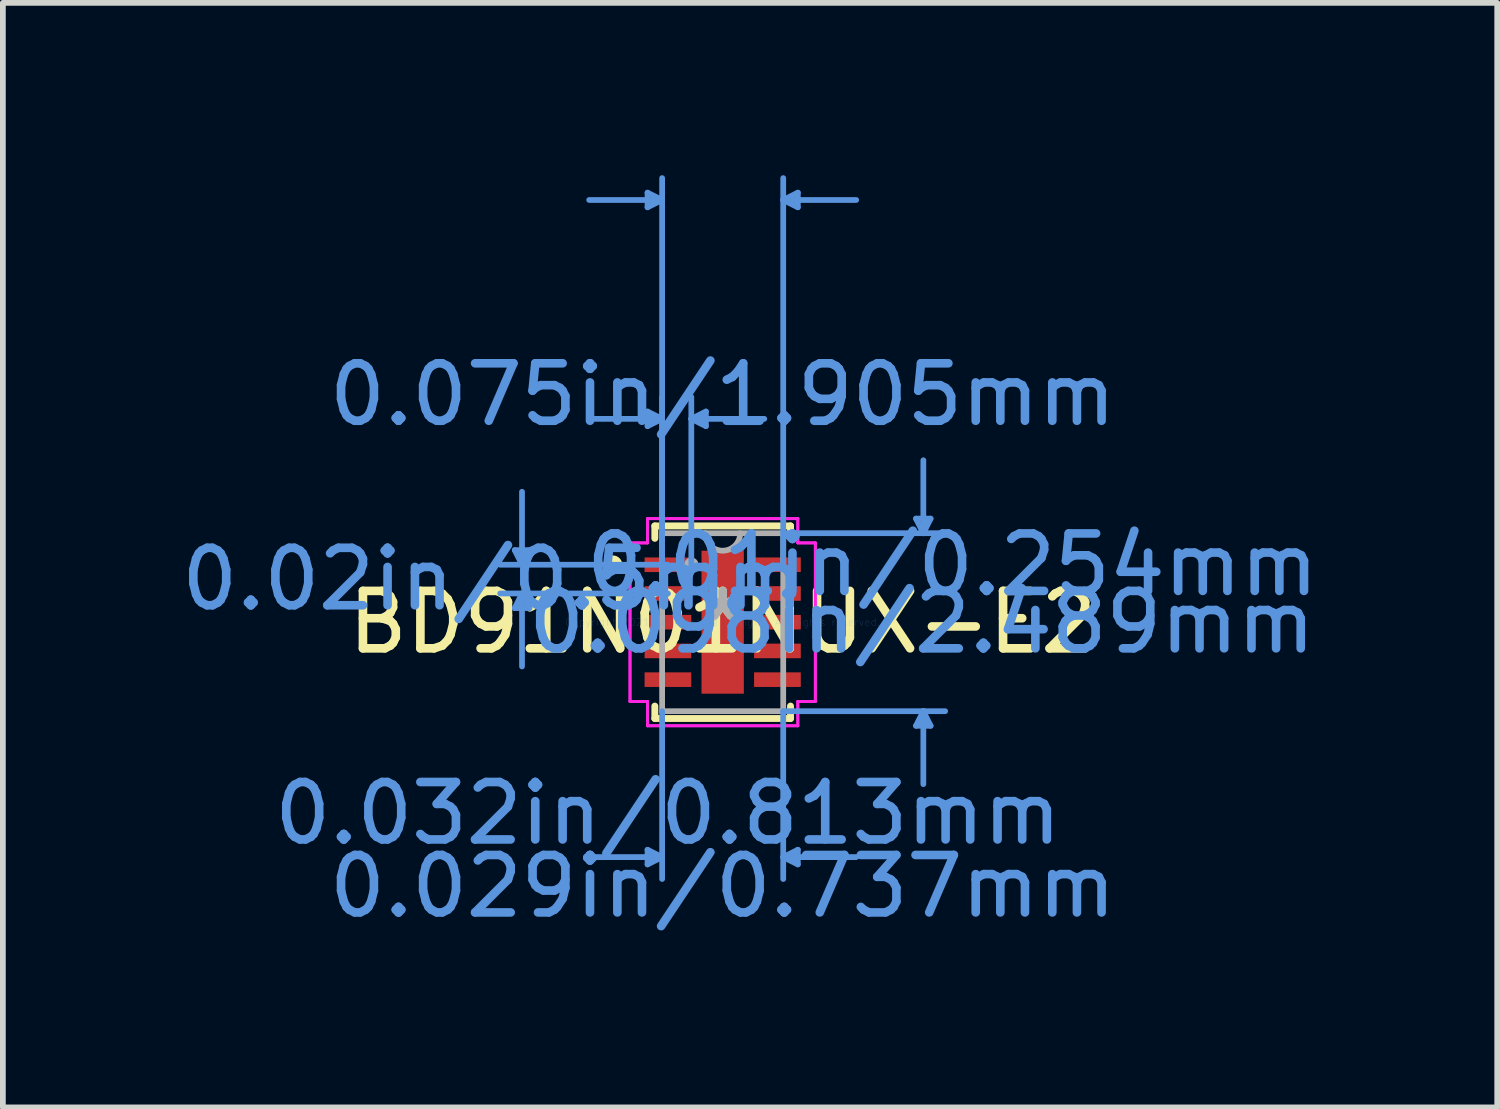
<source format=kicad_pcb>
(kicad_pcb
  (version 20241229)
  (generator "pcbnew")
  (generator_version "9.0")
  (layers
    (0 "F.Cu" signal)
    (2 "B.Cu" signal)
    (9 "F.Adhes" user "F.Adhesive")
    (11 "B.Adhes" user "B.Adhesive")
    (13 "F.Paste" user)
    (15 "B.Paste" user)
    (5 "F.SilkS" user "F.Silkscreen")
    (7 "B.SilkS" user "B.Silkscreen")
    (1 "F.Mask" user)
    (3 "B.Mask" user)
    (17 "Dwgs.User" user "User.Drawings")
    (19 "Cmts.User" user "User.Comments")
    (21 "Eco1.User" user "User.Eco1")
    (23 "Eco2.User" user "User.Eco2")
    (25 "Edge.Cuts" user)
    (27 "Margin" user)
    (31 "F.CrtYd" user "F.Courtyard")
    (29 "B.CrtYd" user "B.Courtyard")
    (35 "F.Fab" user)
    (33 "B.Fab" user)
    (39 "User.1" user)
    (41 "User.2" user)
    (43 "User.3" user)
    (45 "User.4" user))
  (footprint "BD91N01NUX-E2"
    (layer "F.Cu")
    (at 9.53 7.781)
    (property "Reference" "BD91N01NUX-E2" (at 0 0 0) (layer "F.SilkS") (effects (font (size 1 1) (thickness 0.15))))
    (attr through_hole)
    (fp_line (start -1.181 -1.676) (end -1.181 -1.46) (stroke (width 0.12) (type solid)) (layer "F.SilkS"))
    (fp_line (start -1.181 1.46) (end -1.181 1.676) (stroke (width 0.12) (type solid)) (layer "F.SilkS"))
    (fp_line (start -1.181 1.676) (end 1.181 1.676) (stroke (width 0.12) (type solid)) (layer "F.SilkS"))
    (fp_line (start 1.181 -1.676) (end -1.181 -1.676) (stroke (width 0.12) (type solid)) (layer "F.SilkS"))
    (fp_line (start 1.181 -1.46) (end 1.181 -1.676) (stroke (width 0.12) (type solid)) (layer "F.SilkS"))
    (fp_line (start 1.181 1.676) (end 1.181 1.46) (stroke (width 0.12) (type solid)) (layer "F.SilkS"))
    (fp_circle (center -1.91 -1) (end -1.808 -1) (stroke (width 0.12) (type solid)) (fill no) (layer "F.SilkS"))
    (fp_line (start -3.619 -1.254) (end -3.365 -1.254) (stroke (width 0.1) (type solid)) (layer "Cmts.User"))
    (fp_line (start -3.619 -0.246) (end -3.365 -0.246) (stroke (width 0.1) (type solid)) (layer "Cmts.User"))
    (fp_line (start -3.493 -1) (end -3.619 -1.254) (stroke (width 0.1) (type solid)) (layer "Cmts.User"))
    (fp_line (start -3.493 -1) (end -3.493 -2.27) (stroke (width 0.1) (type solid)) (layer "Cmts.User"))
    (fp_line (start -3.493 -1) (end -3.365 -1.254) (stroke (width 0.1) (type solid)) (layer "Cmts.User"))
    (fp_line (start -3.493 -0.5) (end -3.619 -0.246) (stroke (width 0.1) (type solid)) (layer "Cmts.User"))
    (fp_line (start -3.493 -0.5) (end -3.493 0.77) (stroke (width 0.1) (type solid)) (layer "Cmts.User"))
    (fp_line (start -3.493 -0.5) (end -3.365 -0.246) (stroke (width 0.1) (type solid)) (layer "Cmts.User"))
    (fp_line (start -1.308 -7.477) (end -1.308 -7.223) (stroke (width 0.1) (type solid)) (layer "Cmts.User"))
    (fp_line (start -1.308 -3.667) (end -1.308 -3.413) (stroke (width 0.1) (type solid)) (layer "Cmts.User"))
    (fp_line (start -1.308 3.962) (end -1.308 4.216) (stroke (width 0.1) (type solid)) (layer "Cmts.User"))
    (fp_line (start -1.054 -7.35) (end -2.324 -7.35) (stroke (width 0.1) (type solid)) (layer "Cmts.User"))
    (fp_line (start -1.054 -7.35) (end -1.308 -7.477) (stroke (width 0.1) (type solid)) (layer "Cmts.User"))
    (fp_line (start -1.054 -7.35) (end -1.308 -7.223) (stroke (width 0.1) (type solid)) (layer "Cmts.User"))
    (fp_line (start -1.054 -3.54) (end -2.324 -3.54) (stroke (width 0.1) (type solid)) (layer "Cmts.User"))
    (fp_line (start -1.054 -3.54) (end -1.308 -3.667) (stroke (width 0.1) (type solid)) (layer "Cmts.User"))
    (fp_line (start -1.054 -3.54) (end -1.308 -3.413) (stroke (width 0.1) (type solid)) (layer "Cmts.User"))
    (fp_line (start -1.054 -1) (end -1.054 -7.731) (stroke (width 0.1) (type solid)) (layer "Cmts.User"))
    (fp_line (start -1.054 -1) (end -1.054 -3.921) (stroke (width 0.1) (type solid)) (layer "Cmts.User"))
    (fp_line (start -1.054 1.549) (end -1.054 4.47) (stroke (width 0.1) (type solid)) (layer "Cmts.User"))
    (fp_line (start -1.054 4.089) (end -2.324 4.089) (stroke (width 0.1) (type solid)) (layer "Cmts.User"))
    (fp_line (start -1.054 4.089) (end -1.308 3.962) (stroke (width 0.1) (type solid)) (layer "Cmts.User"))
    (fp_line (start -1.054 4.089) (end -1.308 4.216) (stroke (width 0.1) (type solid)) (layer "Cmts.User"))
    (fp_line (start -0.953 -1) (end -3.873 -1) (stroke (width 0.1) (type solid)) (layer "Cmts.User"))
    (fp_line (start -0.953 -0.5) (end -3.873 -0.5) (stroke (width 0.1) (type solid)) (layer "Cmts.User"))
    (fp_line (start -0.546 -3.54) (end -0.292 -3.667) (stroke (width 0.1) (type solid)) (layer "Cmts.User"))
    (fp_line (start -0.546 -3.54) (end -0.292 -3.413) (stroke (width 0.1) (type solid)) (layer "Cmts.User"))
    (fp_line (start -0.546 -3.54) (end 0.724 -3.54) (stroke (width 0.1) (type solid)) (layer "Cmts.User"))
    (fp_line (start -0.546 -1) (end -0.546 -3.921) (stroke (width 0.1) (type solid)) (layer "Cmts.User"))
    (fp_line (start -0.292 -3.667) (end -0.292 -3.413) (stroke (width 0.1) (type solid)) (layer "Cmts.User"))
    (fp_line (start 1.054 -7.35) (end 1.308 -7.477) (stroke (width 0.1) (type solid)) (layer "Cmts.User"))
    (fp_line (start 1.054 -7.35) (end 1.308 -7.223) (stroke (width 0.1) (type solid)) (layer "Cmts.User"))
    (fp_line (start 1.054 -7.35) (end 2.324 -7.35) (stroke (width 0.1) (type solid)) (layer "Cmts.User"))
    (fp_line (start 1.054 -1.549) (end 3.873 -1.549) (stroke (width 0.1) (type solid)) (layer "Cmts.User"))
    (fp_line (start 1.054 -1) (end 1.054 -7.731) (stroke (width 0.1) (type solid)) (layer "Cmts.User"))
    (fp_line (start 1.054 1.549) (end 1.054 4.47) (stroke (width 0.1) (type solid)) (layer "Cmts.User"))
    (fp_line (start 1.054 1.549) (end 3.873 1.549) (stroke (width 0.1) (type solid)) (layer "Cmts.User"))
    (fp_line (start 1.054 4.089) (end 1.308 3.962) (stroke (width 0.1) (type solid)) (layer "Cmts.User"))
    (fp_line (start 1.054 4.089) (end 1.308 4.216) (stroke (width 0.1) (type solid)) (layer "Cmts.User"))
    (fp_line (start 1.054 4.089) (end 2.324 4.089) (stroke (width 0.1) (type solid)) (layer "Cmts.User"))
    (fp_line (start 1.308 -7.477) (end 1.308 -7.223) (stroke (width 0.1) (type solid)) (layer "Cmts.User"))
    (fp_line (start 1.308 3.962) (end 1.308 4.216) (stroke (width 0.1) (type solid)) (layer "Cmts.User"))
    (fp_line (start 3.365 -1.803) (end 3.619 -1.803) (stroke (width 0.1) (type solid)) (layer "Cmts.User"))
    (fp_line (start 3.365 1.803) (end 3.619 1.803) (stroke (width 0.1) (type solid)) (layer "Cmts.User"))
    (fp_line (start 3.493 -1.549) (end 3.365 -1.803) (stroke (width 0.1) (type solid)) (layer "Cmts.User"))
    (fp_line (start 3.493 -1.549) (end 3.493 -2.819) (stroke (width 0.1) (type solid)) (layer "Cmts.User"))
    (fp_line (start 3.493 -1.549) (end 3.619 -1.803) (stroke (width 0.1) (type solid)) (layer "Cmts.User"))
    (fp_line (start 3.493 1.549) (end 3.365 1.803) (stroke (width 0.1) (type solid)) (layer "Cmts.User"))
    (fp_line (start 3.493 1.549) (end 3.493 2.819) (stroke (width 0.1) (type solid)) (layer "Cmts.User"))
    (fp_line (start 3.493 1.549) (end 3.619 1.803) (stroke (width 0.1) (type solid)) (layer "Cmts.User"))
    (fp_line (start -1.613 -1.381) (end -1.308 -1.381) (stroke (width 0.05) (type solid)) (layer "F.CrtYd"))
    (fp_line (start -1.613 -1.381) (end -1.308 -1.381) (stroke (width 0.05) (type solid)) (layer "F.CrtYd"))
    (fp_line (start -1.613 1.381) (end -1.613 -1.381) (stroke (width 0.05) (type solid)) (layer "F.CrtYd"))
    (fp_line (start -1.613 1.381) (end -1.613 -1.381) (stroke (width 0.05) (type solid)) (layer "F.CrtYd"))
    (fp_line (start -1.613 1.381) (end -1.308 1.381) (stroke (width 0.05) (type solid)) (layer "F.CrtYd"))
    (fp_line (start -1.308 -1.803) (end 1.308 -1.803) (stroke (width 0.05) (type solid)) (layer "F.CrtYd"))
    (fp_line (start -1.308 -1.803) (end 1.308 -1.803) (stroke (width 0.05) (type solid)) (layer "F.CrtYd"))
    (fp_line (start -1.308 -1.381) (end -1.308 -1.803) (stroke (width 0.05) (type solid)) (layer "F.CrtYd"))
    (fp_line (start -1.308 -1.381) (end -1.308 -1.803) (stroke (width 0.05) (type solid)) (layer "F.CrtYd"))
    (fp_line (start -1.308 1.381) (end -1.613 1.381) (stroke (width 0.05) (type solid)) (layer "F.CrtYd"))
    (fp_line (start -1.308 1.803) (end -1.308 1.381) (stroke (width 0.05) (type solid)) (layer "F.CrtYd"))
    (fp_line (start -1.308 1.803) (end -1.308 1.381) (stroke (width 0.05) (type solid)) (layer "F.CrtYd"))
    (fp_line (start 1.308 -1.803) (end 1.308 -1.381) (stroke (width 0.05) (type solid)) (layer "F.CrtYd"))
    (fp_line (start 1.308 -1.803) (end 1.308 -1.381) (stroke (width 0.05) (type solid)) (layer "F.CrtYd"))
    (fp_line (start 1.308 -1.381) (end 1.613 -1.381) (stroke (width 0.05) (type solid)) (layer "F.CrtYd"))
    (fp_line (start 1.308 1.381) (end 1.308 1.803) (stroke (width 0.05) (type solid)) (layer "F.CrtYd"))
    (fp_line (start 1.308 1.381) (end 1.308 1.803) (stroke (width 0.05) (type solid)) (layer "F.CrtYd"))
    (fp_line (start 1.308 1.803) (end -1.308 1.803) (stroke (width 0.05) (type solid)) (layer "F.CrtYd"))
    (fp_line (start 1.308 1.803) (end -1.308 1.803) (stroke (width 0.05) (type solid)) (layer "F.CrtYd"))
    (fp_line (start 1.613 -1.381) (end 1.308 -1.381) (stroke (width 0.05) (type solid)) (layer "F.CrtYd"))
    (fp_line (start 1.613 -1.381) (end 1.613 1.381) (stroke (width 0.05) (type solid)) (layer "F.CrtYd"))
    (fp_line (start 1.613 -1.381) (end 1.613 1.381) (stroke (width 0.05) (type solid)) (layer "F.CrtYd"))
    (fp_line (start 1.613 1.381) (end 1.308 1.381) (stroke (width 0.05) (type solid)) (layer "F.CrtYd"))
    (fp_line (start 1.613 1.381) (end 1.308 1.381) (stroke (width 0.05) (type solid)) (layer "F.CrtYd"))
    (fp_line (start -1.054 -1.549) (end -1.054 1.549) (stroke (width 0.1) (type solid)) (layer "F.Fab"))
    (fp_line (start -1.054 1.549) (end 1.054 1.549) (stroke (width 0.1) (type solid)) (layer "F.Fab"))
    (fp_line (start 1.054 -1.549) (end -1.054 -1.549) (stroke (width 0.1) (type solid)) (layer "F.Fab"))
    (fp_line (start 1.054 1.549) (end 1.054 -1.549) (stroke (width 0.1) (type solid)) (layer "F.Fab"))
    (fp_arc (start 0.3048 -1.5494) (mid 0 -1.2446) (end -0.3048 -1.5494) (stroke (width 0.1) (type solid)) (layer "F.Fab"))
    (fp_circle (center -0.546 -1) (end -0.47 -1) (stroke (width 0.1) (type solid)) (fill no) (layer "F.Fab"))
    (fp_text user "*" (at 0 0 0) (layer "F.SilkS") (effects (font (size 1 1) (thickness 0.15))))
    (fp_text user "0.075in/1.905mm" (at 0 -3.962 0) (layer "Cmts.User") (effects (font (size 1 1) (thickness 0.15))))
    (fp_text user "0.029in/0.737mm" (at 0 4.597 0) (layer "Cmts.User") (effects (font (size 1 1) (thickness 0.15))))
    (fp_text user "0.032in/0.813mm" (at -0.953 3.327 0) (layer "Cmts.User") (effects (font (size 1 1) (thickness 0.15))))
    (fp_text user "0.01in/0.254mm" (at 4 -1 0) (layer "Cmts.User") (effects (font (size 1 1) (thickness 0.15))))
    (fp_text user "0.02in/0.5mm" (at -4 -0.75 0) (layer "Cmts.User") (effects (font (size 1 1) (thickness 0.15))))
    (fp_text user "0.098in/2.489mm" (at 3.467 0 0) (layer "Cmts.User") (effects (font (size 1 1) (thickness 0.15))))
    (fp_text user "Copyright 2021 Accelerated Designs. All rights reserved." (at 0 0 0) (layer "Cmts.User") (effects (font (size 0.127 0.127) (thickness 0.002))))
    (fp_text user "*" (at 0 0 0) (layer "F.Fab") (effects (font (size 1 1) (thickness 0.15))))
    (pad "1" smd rect (at -0.953 -1) (size 0.813 0.254) (layers "F.Cu" "F.Mask" "F.Paste"))
    (pad "2" smd rect (at -0.953 -0.5) (size 0.813 0.254) (layers "F.Cu" "F.Mask" "F.Paste"))
    (pad "3" smd rect (at -0.953 0) (size 0.813 0.254) (layers "F.Cu" "F.Mask" "F.Paste"))
    (pad "4" smd rect (at -0.953 0.5) (size 0.813 0.254) (layers "F.Cu" "F.Mask" "F.Paste"))
    (pad "5" smd rect (at -0.953 1) (size 0.813 0.254) (layers "F.Cu" "F.Mask" "F.Paste"))
    (pad "6" smd rect (at 0.953 1) (size 0.813 0.254) (layers "F.Cu" "F.Mask" "F.Paste"))
    (pad "7" smd rect (at 0.953 0.5) (size 0.813 0.254) (layers "F.Cu" "F.Mask" "F.Paste"))
    (pad "8" smd rect (at 0.953 0) (size 0.813 0.254) (layers "F.Cu" "F.Mask" "F.Paste"))
    (pad "9" smd rect (at 0.953 -0.5) (size 0.813 0.254) (layers "F.Cu" "F.Mask" "F.Paste"))
    (pad "10" smd rect (at 0.953 -1) (size 0.813 0.254) (layers "F.Cu" "F.Mask" "F.Paste"))
    (pad "11" smd rect (at 0 0) (size 0.737 2.489) (layers "F.Cu" "F.Mask" "F.Paste")))
  (gr_rect
    (start -3 -3)
    (end 23.013 16.227)
    (stroke (width 0.1) (type default))
    (fill no)
    (layer "Edge.Cuts")))
</source>
